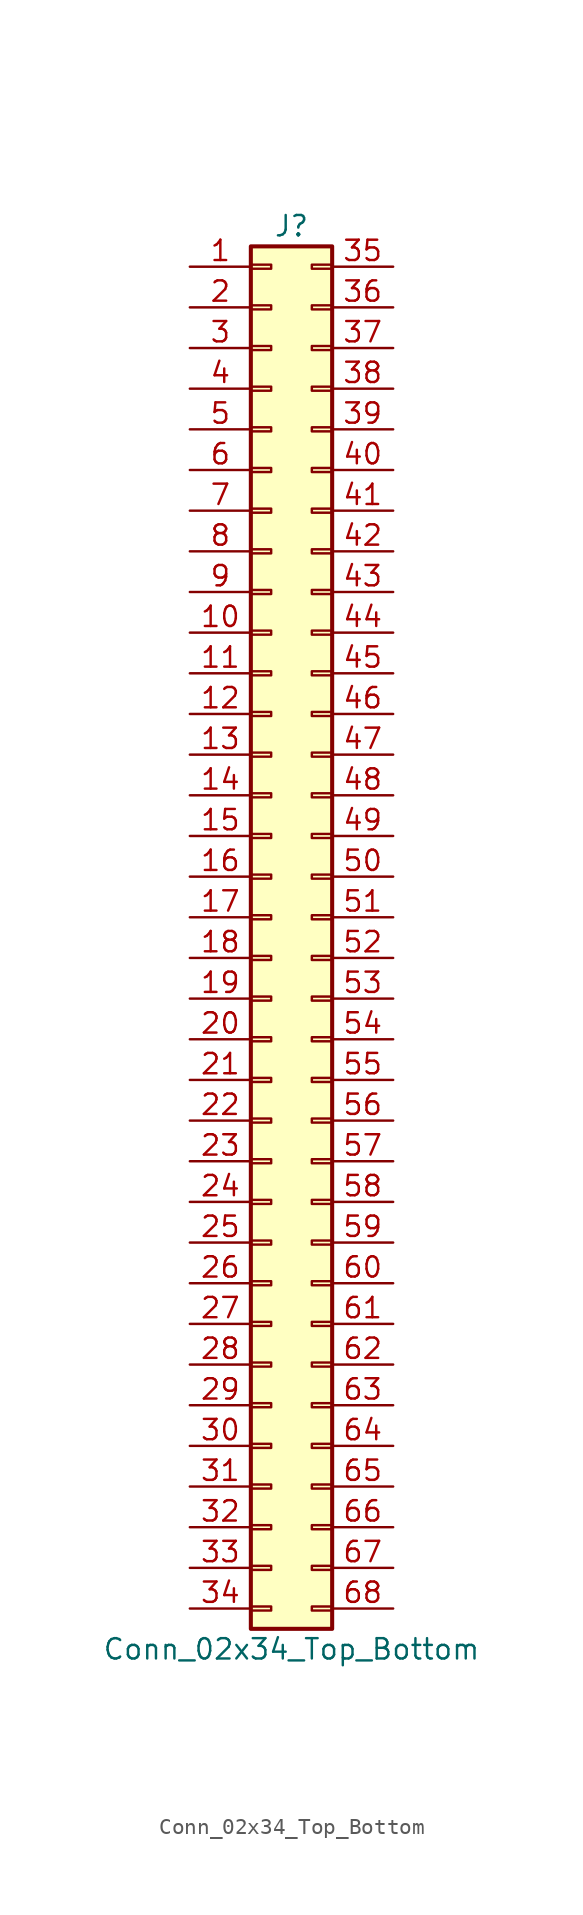
<source format=kicad_sym>
(kicad_symbol_lib
  (version 20201005)
  (generator kicad_symbol_editor)
  (symbol "Connector_Generic:Conn_02x34_Top_Bottom"
    (pin_names
      (offset 1.016) hide)
    (property "Reference" "J"
      (at 1.27 43.18 0)
      (effects (font (size 1.27 1.27))))
    (property "Value" "Conn_02x34_Top_Bottom"
      (at 1.27 -45.72 0)
      (effects (font (size 1.27 1.27))))
    (symbol "Conn_02x34_Top_Bottom_1_1"
      (rectangle (start -1.27 -27.813) (end 0 -28.067) (stroke (width 0.152)) (fill (type none)))
      (rectangle (start -1.27 -30.353) (end 0 -30.607) (stroke (width 0.152)) (fill (type none)))
      (rectangle (start -1.27 -32.893) (end 0 -33.147) (stroke (width 0.152)) (fill (type none)))
      (rectangle (start -1.27 -35.433) (end 0 -35.687) (stroke (width 0.152)) (fill (type none)))
      (rectangle (start -1.27 -37.973) (end 0 -38.227) (stroke (width 0.152)) (fill (type none)))
      (rectangle (start -1.27 -40.513) (end 0 -40.767) (stroke (width 0.152)) (fill (type none)))
      (rectangle (start -1.27 -43.053) (end 0 -43.307) (stroke (width 0.152)) (fill (type none)))
      (rectangle (start -1.27 -4.953) (end 0 -5.207) (stroke (width 0.152)) (fill (type none)))
      (rectangle (start -1.27 -7.493) (end 0 -7.747) (stroke (width 0.152)) (fill (type none)))
      (rectangle (start -1.27 -10.033) (end 0 -10.287) (stroke (width 0.152)) (fill (type none)))
      (rectangle (start -1.27 -12.573) (end 0 -12.827) (stroke (width 0.152)) (fill (type none)))
      (rectangle (start -1.27 -15.113) (end 0 -15.367) (stroke (width 0.152)) (fill (type none)))
      (rectangle (start -1.27 -17.653) (end 0 -17.907) (stroke (width 0.152)) (fill (type none)))
      (rectangle (start -1.27 -20.193) (end 0 -20.447) (stroke (width 0.152)) (fill (type none)))
      (rectangle (start -1.27 -22.733) (end 0 -22.987) (stroke (width 0.152)) (fill (type none)))
      (rectangle (start -1.27 -2.413) (end 0 -2.667) (stroke (width 0.152)) (fill (type none)))
      (rectangle (start -1.27 -25.273) (end 0 -25.527) (stroke (width 0.152)) (fill (type none)))
      (rectangle (start -1.27 25.527) (end 0 25.273) (stroke (width 0.152)) (fill (type none)))
      (rectangle (start -1.27 2.667) (end 0 2.413) (stroke (width 0.152)) (fill (type none)))
      (rectangle (start -1.27 28.067) (end 0 27.813) (stroke (width 0.152)) (fill (type none)))
      (rectangle (start -1.27 30.607) (end 0 30.353) (stroke (width 0.152)) (fill (type none)))
      (rectangle (start -1.27 33.147) (end 0 32.893) (stroke (width 0.152)) (fill (type none)))
      (rectangle (start -1.27 35.687) (end 0 35.433) (stroke (width 0.152)) (fill (type none)))
      (rectangle (start -1.27 38.227) (end 0 37.973) (stroke (width 0.152)) (fill (type none)))
      (rectangle (start -1.27 40.767) (end 0 40.513) (stroke (width 0.152)) (fill (type none)))
      (rectangle (start -1.27 41.91) (end 3.81 -44.45) (stroke (width 0.254)) (fill (type background)))
      (rectangle (start -1.27 5.207) (end 0 4.953) (stroke (width 0.152)) (fill (type none)))
      (rectangle (start -1.27 7.747) (end 0 7.493) (stroke (width 0.152)) (fill (type none)))
      (rectangle (start -1.27 10.287) (end 0 10.033) (stroke (width 0.152)) (fill (type none)))
      (rectangle (start -1.27 0.127) (end 0 -0.127) (stroke (width 0.152)) (fill (type none)))
      (rectangle (start -1.27 12.827) (end 0 12.573) (stroke (width 0.152)) (fill (type none)))
      (rectangle (start -1.27 15.367) (end 0 15.113) (stroke (width 0.152)) (fill (type none)))
      (rectangle (start -1.27 17.907) (end 0 17.653) (stroke (width 0.152)) (fill (type none)))
      (rectangle (start -1.27 20.447) (end 0 20.193) (stroke (width 0.152)) (fill (type none)))
      (rectangle (start -1.27 22.987) (end 0 22.733) (stroke (width 0.152)) (fill (type none)))
      (rectangle (start 3.81 -27.813) (end 2.54 -28.067) (stroke (width 0.152)) (fill (type none)))
      (rectangle (start 3.81 -30.353) (end 2.54 -30.607) (stroke (width 0.152)) (fill (type none)))
      (rectangle (start 3.81 -32.893) (end 2.54 -33.147) (stroke (width 0.152)) (fill (type none)))
      (rectangle (start 3.81 -35.433) (end 2.54 -35.687) (stroke (width 0.152)) (fill (type none)))
      (rectangle (start 3.81 -37.973) (end 2.54 -38.227) (stroke (width 0.152)) (fill (type none)))
      (rectangle (start 3.81 -40.513) (end 2.54 -40.767) (stroke (width 0.152)) (fill (type none)))
      (rectangle (start 3.81 -43.053) (end 2.54 -43.307) (stroke (width 0.152)) (fill (type none)))
      (rectangle (start 3.81 -4.953) (end 2.54 -5.207) (stroke (width 0.152)) (fill (type none)))
      (rectangle (start 3.81 -7.493) (end 2.54 -7.747) (stroke (width 0.152)) (fill (type none)))
      (rectangle (start 3.81 -10.033) (end 2.54 -10.287) (stroke (width 0.152)) (fill (type none)))
      (rectangle (start 3.81 -12.573) (end 2.54 -12.827) (stroke (width 0.152)) (fill (type none)))
      (rectangle (start 3.81 -15.113) (end 2.54 -15.367) (stroke (width 0.152)) (fill (type none)))
      (rectangle (start 3.81 -17.653) (end 2.54 -17.907) (stroke (width 0.152)) (fill (type none)))
      (rectangle (start 3.81 -20.193) (end 2.54 -20.447) (stroke (width 0.152)) (fill (type none)))
      (rectangle (start 3.81 -22.733) (end 2.54 -22.987) (stroke (width 0.152)) (fill (type none)))
      (rectangle (start 3.81 -2.413) (end 2.54 -2.667) (stroke (width 0.152)) (fill (type none)))
      (rectangle (start 3.81 -25.273) (end 2.54 -25.527) (stroke (width 0.152)) (fill (type none)))
      (rectangle (start 3.81 25.527) (end 2.54 25.273) (stroke (width 0.152)) (fill (type none)))
      (rectangle (start 3.81 2.667) (end 2.54 2.413) (stroke (width 0.152)) (fill (type none)))
      (rectangle (start 3.81 28.067) (end 2.54 27.813) (stroke (width 0.152)) (fill (type none)))
      (rectangle (start 3.81 30.607) (end 2.54 30.353) (stroke (width 0.152)) (fill (type none)))
      (rectangle (start 3.81 33.147) (end 2.54 32.893) (stroke (width 0.152)) (fill (type none)))
      (rectangle (start 3.81 35.687) (end 2.54 35.433) (stroke (width 0.152)) (fill (type none)))
      (rectangle (start 3.81 38.227) (end 2.54 37.973) (stroke (width 0.152)) (fill (type none)))
      (rectangle (start 3.81 40.767) (end 2.54 40.513) (stroke (width 0.152)) (fill (type none)))
      (rectangle (start 3.81 5.207) (end 2.54 4.953) (stroke (width 0.152)) (fill (type none)))
      (rectangle (start 3.81 7.747) (end 2.54 7.493) (stroke (width 0.152)) (fill (type none)))
      (rectangle (start 3.81 10.287) (end 2.54 10.033) (stroke (width 0.152)) (fill (type none)))
      (rectangle (start 3.81 0.127) (end 2.54 -0.127) (stroke (width 0.152)) (fill (type none)))
      (rectangle (start 3.81 12.827) (end 2.54 12.573) (stroke (width 0.152)) (fill (type none)))
      (rectangle (start 3.81 15.367) (end 2.54 15.113) (stroke (width 0.152)) (fill (type none)))
      (rectangle (start 3.81 17.907) (end 2.54 17.653) (stroke (width 0.152)) (fill (type none)))
      (rectangle (start 3.81 20.447) (end 2.54 20.193) (stroke (width 0.152)) (fill (type none)))
      (rectangle (start 3.81 22.987) (end 2.54 22.733) (stroke (width 0.152)) (fill (type none)))
      (pin passive line (at -5.08 40.64 0) (length 3.81) (name "Pin_1" (effects (font (size 1.27 1.27)))) (number "1" (effects (font (size 1.27 1.27)))))
      (pin passive line (at -5.08 17.78 0) (length 3.81) (name "Pin_10" (effects (font (size 1.27 1.27)))) (number "10" (effects (font (size 1.27 1.27)))))
      (pin passive line (at -5.08 15.24 0) (length 3.81) (name "Pin_11" (effects (font (size 1.27 1.27)))) (number "11" (effects (font (size 1.27 1.27)))))
      (pin passive line (at -5.08 12.7 0) (length 3.81) (name "Pin_12" (effects (font (size 1.27 1.27)))) (number "12" (effects (font (size 1.27 1.27)))))
      (pin passive line (at -5.08 10.16 0) (length 3.81) (name "Pin_13" (effects (font (size 1.27 1.27)))) (number "13" (effects (font (size 1.27 1.27)))))
      (pin passive line (at -5.08 7.62 0) (length 3.81) (name "Pin_14" (effects (font (size 1.27 1.27)))) (number "14" (effects (font (size 1.27 1.27)))))
      (pin passive line (at -5.08 5.08 0) (length 3.81) (name "Pin_15" (effects (font (size 1.27 1.27)))) (number "15" (effects (font (size 1.27 1.27)))))
      (pin passive line (at -5.08 2.54 0) (length 3.81) (name "Pin_16" (effects (font (size 1.27 1.27)))) (number "16" (effects (font (size 1.27 1.27)))))
      (pin passive line (at -5.08 0 0) (length 3.81) (name "Pin_17" (effects (font (size 1.27 1.27)))) (number "17" (effects (font (size 1.27 1.27)))))
      (pin passive line (at -5.08 -2.54 0) (length 3.81) (name "Pin_18" (effects (font (size 1.27 1.27)))) (number "18" (effects (font (size 1.27 1.27)))))
      (pin passive line (at -5.08 -5.08 0) (length 3.81) (name "Pin_19" (effects (font (size 1.27 1.27)))) (number "19" (effects (font (size 1.27 1.27)))))
      (pin passive line (at -5.08 38.1 0) (length 3.81) (name "Pin_2" (effects (font (size 1.27 1.27)))) (number "2" (effects (font (size 1.27 1.27)))))
      (pin passive line (at -5.08 -7.62 0) (length 3.81) (name "Pin_20" (effects (font (size 1.27 1.27)))) (number "20" (effects (font (size 1.27 1.27)))))
      (pin passive line (at -5.08 -10.16 0) (length 3.81) (name "Pin_21" (effects (font (size 1.27 1.27)))) (number "21" (effects (font (size 1.27 1.27)))))
      (pin passive line (at -5.08 -12.7 0) (length 3.81) (name "Pin_22" (effects (font (size 1.27 1.27)))) (number "22" (effects (font (size 1.27 1.27)))))
      (pin passive line (at -5.08 -15.24 0) (length 3.81) (name "Pin_23" (effects (font (size 1.27 1.27)))) (number "23" (effects (font (size 1.27 1.27)))))
      (pin passive line (at -5.08 -17.78 0) (length 3.81) (name "Pin_24" (effects (font (size 1.27 1.27)))) (number "24" (effects (font (size 1.27 1.27)))))
      (pin passive line (at -5.08 -20.32 0) (length 3.81) (name "Pin_25" (effects (font (size 1.27 1.27)))) (number "25" (effects (font (size 1.27 1.27)))))
      (pin passive line (at -5.08 -22.86 0) (length 3.81) (name "Pin_26" (effects (font (size 1.27 1.27)))) (number "26" (effects (font (size 1.27 1.27)))))
      (pin passive line (at -5.08 -25.4 0) (length 3.81) (name "Pin_27" (effects (font (size 1.27 1.27)))) (number "27" (effects (font (size 1.27 1.27)))))
      (pin passive line (at -5.08 -27.94 0) (length 3.81) (name "Pin_28" (effects (font (size 1.27 1.27)))) (number "28" (effects (font (size 1.27 1.27)))))
      (pin passive line (at -5.08 -30.48 0) (length 3.81) (name "Pin_29" (effects (font (size 1.27 1.27)))) (number "29" (effects (font (size 1.27 1.27)))))
      (pin passive line (at -5.08 35.56 0) (length 3.81) (name "Pin_3" (effects (font (size 1.27 1.27)))) (number "3" (effects (font (size 1.27 1.27)))))
      (pin passive line (at -5.08 -33.02 0) (length 3.81) (name "Pin_30" (effects (font (size 1.27 1.27)))) (number "30" (effects (font (size 1.27 1.27)))))
      (pin passive line (at -5.08 -35.56 0) (length 3.81) (name "Pin_31" (effects (font (size 1.27 1.27)))) (number "31" (effects (font (size 1.27 1.27)))))
      (pin passive line (at -5.08 -38.1 0) (length 3.81) (name "Pin_32" (effects (font (size 1.27 1.27)))) (number "32" (effects (font (size 1.27 1.27)))))
      (pin passive line (at -5.08 -40.64 0) (length 3.81) (name "Pin_33" (effects (font (size 1.27 1.27)))) (number "33" (effects (font (size 1.27 1.27)))))
      (pin passive line (at -5.08 -43.18 0) (length 3.81) (name "Pin_34" (effects (font (size 1.27 1.27)))) (number "34" (effects (font (size 1.27 1.27)))))
      (pin passive line (at 7.62 40.64 180) (length 3.81) (name "Pin_35" (effects (font (size 1.27 1.27)))) (number "35" (effects (font (size 1.27 1.27)))))
      (pin passive line (at 7.62 38.1 180) (length 3.81) (name "Pin_36" (effects (font (size 1.27 1.27)))) (number "36" (effects (font (size 1.27 1.27)))))
      (pin passive line (at 7.62 35.56 180) (length 3.81) (name "Pin_37" (effects (font (size 1.27 1.27)))) (number "37" (effects (font (size 1.27 1.27)))))
      (pin passive line (at 7.62 33.02 180) (length 3.81) (name "Pin_38" (effects (font (size 1.27 1.27)))) (number "38" (effects (font (size 1.27 1.27)))))
      (pin passive line (at 7.62 30.48 180) (length 3.81) (name "Pin_39" (effects (font (size 1.27 1.27)))) (number "39" (effects (font (size 1.27 1.27)))))
      (pin passive line (at -5.08 33.02 0) (length 3.81) (name "Pin_4" (effects (font (size 1.27 1.27)))) (number "4" (effects (font (size 1.27 1.27)))))
      (pin passive line (at 7.62 27.94 180) (length 3.81) (name "Pin_40" (effects (font (size 1.27 1.27)))) (number "40" (effects (font (size 1.27 1.27)))))
      (pin passive line (at 7.62 25.4 180) (length 3.81) (name "Pin_41" (effects (font (size 1.27 1.27)))) (number "41" (effects (font (size 1.27 1.27)))))
      (pin passive line (at 7.62 22.86 180) (length 3.81) (name "Pin_42" (effects (font (size 1.27 1.27)))) (number "42" (effects (font (size 1.27 1.27)))))
      (pin passive line (at 7.62 20.32 180) (length 3.81) (name "Pin_43" (effects (font (size 1.27 1.27)))) (number "43" (effects (font (size 1.27 1.27)))))
      (pin passive line (at 7.62 17.78 180) (length 3.81) (name "Pin_44" (effects (font (size 1.27 1.27)))) (number "44" (effects (font (size 1.27 1.27)))))
      (pin passive line (at 7.62 15.24 180) (length 3.81) (name "Pin_45" (effects (font (size 1.27 1.27)))) (number "45" (effects (font (size 1.27 1.27)))))
      (pin passive line (at 7.62 12.7 180) (length 3.81) (name "Pin_46" (effects (font (size 1.27 1.27)))) (number "46" (effects (font (size 1.27 1.27)))))
      (pin passive line (at 7.62 10.16 180) (length 3.81) (name "Pin_47" (effects (font (size 1.27 1.27)))) (number "47" (effects (font (size 1.27 1.27)))))
      (pin passive line (at 7.62 7.62 180) (length 3.81) (name "Pin_48" (effects (font (size 1.27 1.27)))) (number "48" (effects (font (size 1.27 1.27)))))
      (pin passive line (at 7.62 5.08 180) (length 3.81) (name "Pin_49" (effects (font (size 1.27 1.27)))) (number "49" (effects (font (size 1.27 1.27)))))
      (pin passive line (at -5.08 30.48 0) (length 3.81) (name "Pin_5" (effects (font (size 1.27 1.27)))) (number "5" (effects (font (size 1.27 1.27)))))
      (pin passive line (at 7.62 2.54 180) (length 3.81) (name "Pin_50" (effects (font (size 1.27 1.27)))) (number "50" (effects (font (size 1.27 1.27)))))
      (pin passive line (at 7.62 0 180) (length 3.81) (name "Pin_51" (effects (font (size 1.27 1.27)))) (number "51" (effects (font (size 1.27 1.27)))))
      (pin passive line (at 7.62 -2.54 180) (length 3.81) (name "Pin_52" (effects (font (size 1.27 1.27)))) (number "52" (effects (font (size 1.27 1.27)))))
      (pin passive line (at 7.62 -5.08 180) (length 3.81) (name "Pin_53" (effects (font (size 1.27 1.27)))) (number "53" (effects (font (size 1.27 1.27)))))
      (pin passive line (at 7.62 -7.62 180) (length 3.81) (name "Pin_54" (effects (font (size 1.27 1.27)))) (number "54" (effects (font (size 1.27 1.27)))))
      (pin passive line (at 7.62 -10.16 180) (length 3.81) (name "Pin_55" (effects (font (size 1.27 1.27)))) (number "55" (effects (font (size 1.27 1.27)))))
      (pin passive line (at 7.62 -12.7 180) (length 3.81) (name "Pin_56" (effects (font (size 1.27 1.27)))) (number "56" (effects (font (size 1.27 1.27)))))
      (pin passive line (at 7.62 -15.24 180) (length 3.81) (name "Pin_57" (effects (font (size 1.27 1.27)))) (number "57" (effects (font (size 1.27 1.27)))))
      (pin passive line (at 7.62 -17.78 180) (length 3.81) (name "Pin_58" (effects (font (size 1.27 1.27)))) (number "58" (effects (font (size 1.27 1.27)))))
      (pin passive line (at 7.62 -20.32 180) (length 3.81) (name "Pin_59" (effects (font (size 1.27 1.27)))) (number "59" (effects (font (size 1.27 1.27)))))
      (pin passive line (at -5.08 27.94 0) (length 3.81) (name "Pin_6" (effects (font (size 1.27 1.27)))) (number "6" (effects (font (size 1.27 1.27)))))
      (pin passive line (at 7.62 -22.86 180) (length 3.81) (name "Pin_60" (effects (font (size 1.27 1.27)))) (number "60" (effects (font (size 1.27 1.27)))))
      (pin passive line (at 7.62 -25.4 180) (length 3.81) (name "Pin_61" (effects (font (size 1.27 1.27)))) (number "61" (effects (font (size 1.27 1.27)))))
      (pin passive line (at 7.62 -27.94 180) (length 3.81) (name "Pin_62" (effects (font (size 1.27 1.27)))) (number "62" (effects (font (size 1.27 1.27)))))
      (pin passive line (at 7.62 -30.48 180) (length 3.81) (name "Pin_63" (effects (font (size 1.27 1.27)))) (number "63" (effects (font (size 1.27 1.27)))))
      (pin passive line (at 7.62 -33.02 180) (length 3.81) (name "Pin_64" (effects (font (size 1.27 1.27)))) (number "64" (effects (font (size 1.27 1.27)))))
      (pin passive line (at 7.62 -35.56 180) (length 3.81) (name "Pin_65" (effects (font (size 1.27 1.27)))) (number "65" (effects (font (size 1.27 1.27)))))
      (pin passive line (at 7.62 -38.1 180) (length 3.81) (name "Pin_66" (effects (font (size 1.27 1.27)))) (number "66" (effects (font (size 1.27 1.27)))))
      (pin passive line (at 7.62 -40.64 180) (length 3.81) (name "Pin_67" (effects (font (size 1.27 1.27)))) (number "67" (effects (font (size 1.27 1.27)))))
      (pin passive line (at 7.62 -43.18 180) (length 3.81) (name "Pin_68" (effects (font (size 1.27 1.27)))) (number "68" (effects (font (size 1.27 1.27)))))
      (pin passive line (at -5.08 25.4 0) (length 3.81) (name "Pin_7" (effects (font (size 1.27 1.27)))) (number "7" (effects (font (size 1.27 1.27)))))
      (pin passive line (at -5.08 22.86 0) (length 3.81) (name "Pin_8" (effects (font (size 1.27 1.27)))) (number "8" (effects (font (size 1.27 1.27)))))
      (pin passive line (at -5.08 20.32 0) (length 3.81) (name "Pin_9" (effects (font (size 1.27 1.27)))) (number "9" (effects (font (size 1.27 1.27))))))))
</source>
